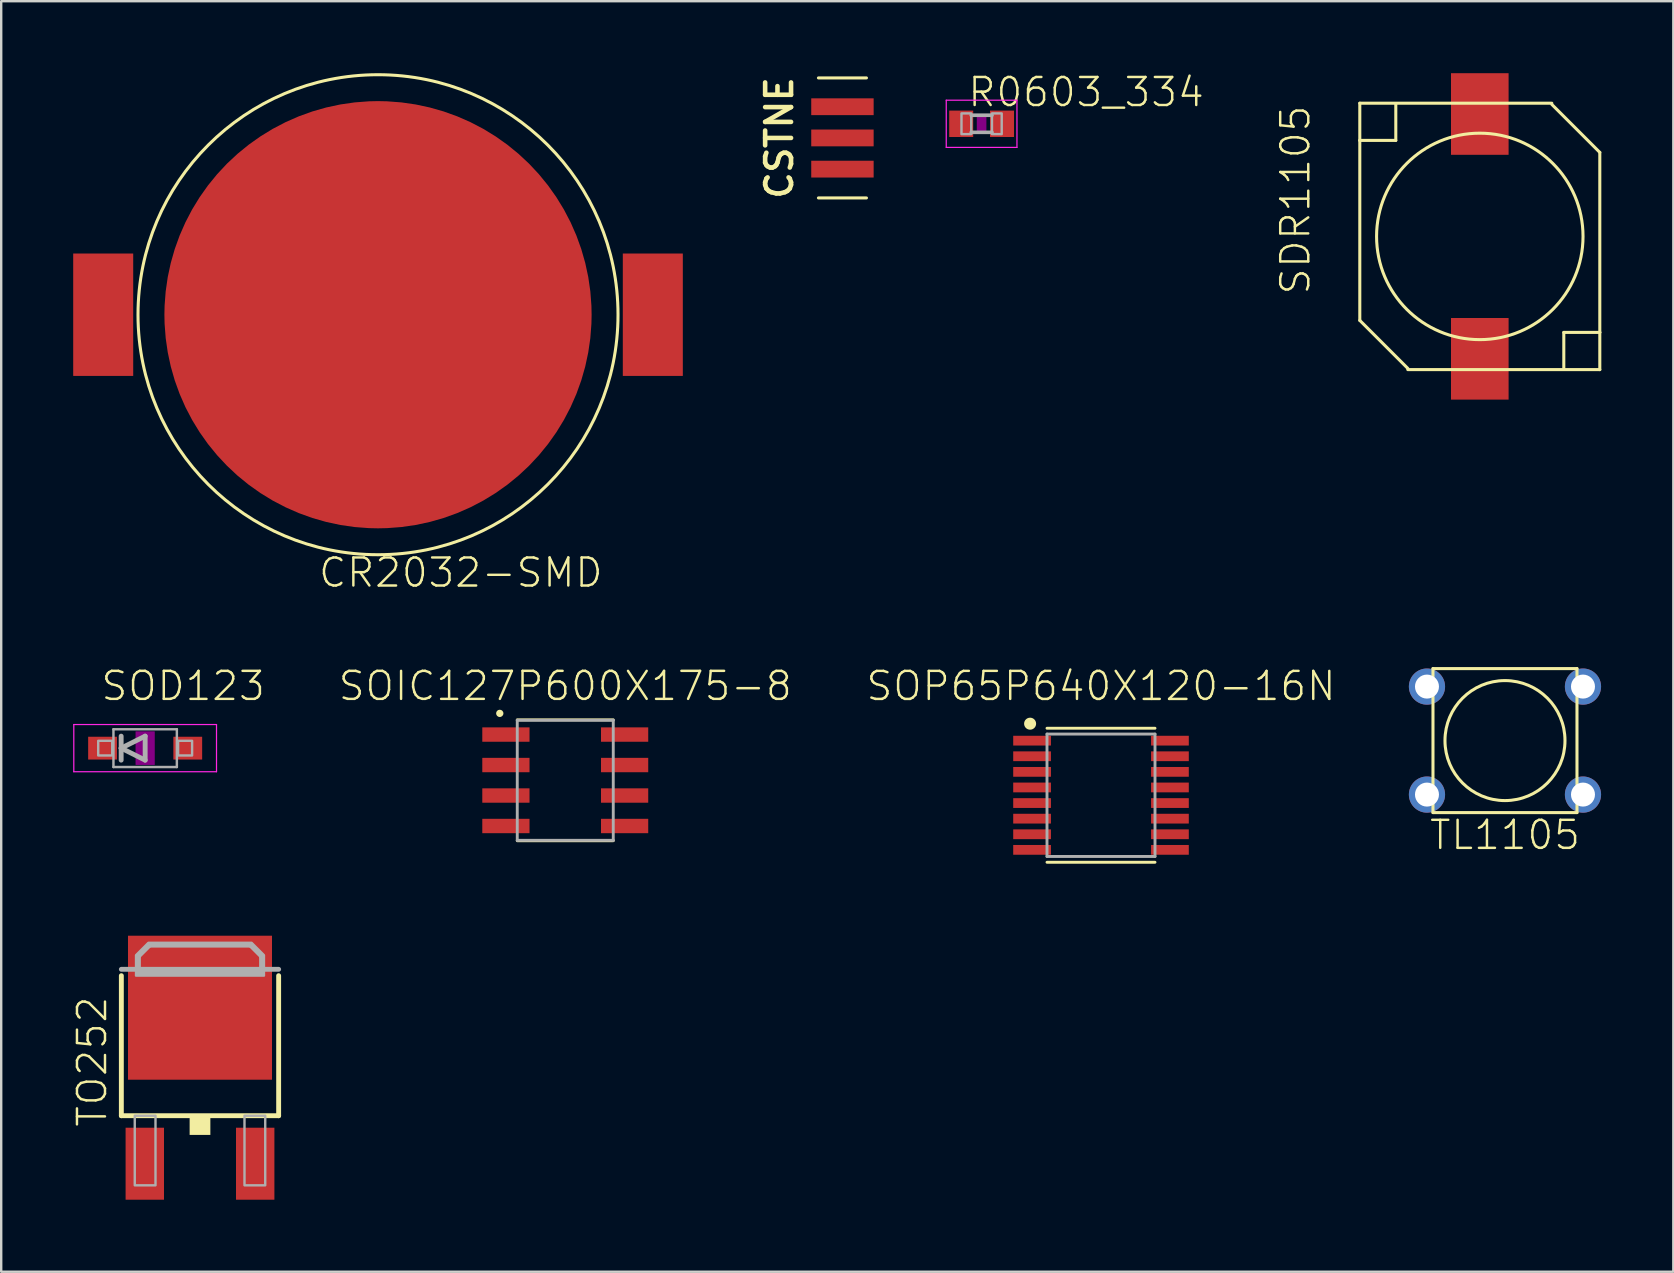
<source format=kicad_pcb>
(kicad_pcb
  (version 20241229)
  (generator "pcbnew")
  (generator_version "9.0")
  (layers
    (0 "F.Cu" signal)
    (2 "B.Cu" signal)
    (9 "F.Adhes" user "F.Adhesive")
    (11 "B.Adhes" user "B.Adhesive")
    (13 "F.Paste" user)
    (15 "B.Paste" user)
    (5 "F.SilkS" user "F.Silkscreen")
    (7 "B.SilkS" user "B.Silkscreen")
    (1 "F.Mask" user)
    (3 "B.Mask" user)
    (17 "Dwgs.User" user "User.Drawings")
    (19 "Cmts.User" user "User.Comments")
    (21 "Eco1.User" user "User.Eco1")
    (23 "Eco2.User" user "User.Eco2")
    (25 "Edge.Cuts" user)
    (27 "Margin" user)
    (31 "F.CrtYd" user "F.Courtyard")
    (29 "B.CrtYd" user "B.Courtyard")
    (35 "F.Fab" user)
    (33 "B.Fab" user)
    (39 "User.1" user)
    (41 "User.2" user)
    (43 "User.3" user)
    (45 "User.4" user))
  (footprint "SDR1105"
    (layer "F.Cu")
    (at 58.607 6.8)
    (property "Reference" "SDR1105" (at -7 2.5 90) (unlocked yes) (layer "F.SilkS") (effects (font (size 1.168 1.168) (thickness 0.102)) (justify left bottom)))
    (fp_line (start -5 -5.55) (end 3 -5.55) (stroke (width 0.127) (type solid)) (layer "F.SilkS"))
    (fp_line (start -5 -4) (end -5 -5.55) (stroke (width 0.127) (type solid)) (layer "F.SilkS"))
    (fp_line (start -5 -4) (end -3.5 -4) (stroke (width 0.127) (type solid)) (layer "F.SilkS"))
    (fp_line (start -5 3.5) (end -5 -4) (stroke (width 0.127) (type solid)) (layer "F.SilkS"))
    (fp_line (start -3.5 -4) (end -3.5 -5.5) (stroke (width 0.127) (type solid)) (layer "F.SilkS"))
    (fp_line (start -3 5.5) (end -5 3.5) (stroke (width 0.127) (type solid)) (layer "F.SilkS"))
    (fp_line (start 3 -5.5) (end 5 -3.5) (stroke (width 0.127) (type solid)) (layer "F.SilkS"))
    (fp_line (start 3.5 4) (end 3.5 5.5) (stroke (width 0.127) (type solid)) (layer "F.SilkS"))
    (fp_line (start 5 -3.5) (end 5 4) (stroke (width 0.127) (type solid)) (layer "F.SilkS"))
    (fp_line (start 5 4) (end 3.5 4) (stroke (width 0.127) (type solid)) (layer "F.SilkS"))
    (fp_line (start 5 4) (end 5 5.55) (stroke (width 0.127) (type solid)) (layer "F.SilkS"))
    (fp_line (start 5 5.55) (end -3 5.55) (stroke (width 0.127) (type solid)) (layer "F.SilkS"))
    (fp_circle (center 0 0) (end 4.301 0) (stroke (width 0.127) (type solid)) (fill no) (layer "F.SilkS"))
    (pad "P$1" smd rect (at 0 -5.1) (size 2.4 3.4) (layers "F.Cu" "F.Mask" "F.Paste"))
    (pad "P$2" smd rect (at 0 5.1) (size 2.4 3.4) (layers "F.Cu" "F.Mask" "F.Paste")))
  (footprint "CSTNE"
    (layer "F.Cu")
    (at 32.051 2.697)
    (property "Reference" "CSTNE" (at -2 0 90) (unlocked yes) (layer "F.SilkS") (effects (font (size 1.079 1.079) (thickness 0.191)) (justify bottom)))
    (fp_line (start -1 -2.5) (end 1 -2.5) (stroke (width 0.127) (type solid)) (layer "F.SilkS"))
    (fp_line (start -1 2.5) (end 1 2.5) (stroke (width 0.127) (type solid)) (layer "F.SilkS"))
    (pad "P$1" smd rect (at 0 -1.3) (size 2.6 0.7) (layers "F.Cu" "F.Mask" "F.Paste"))
    (pad "P$2" smd rect (at 0 0) (size 2.6 0.7) (layers "F.Cu" "F.Mask" "F.Paste"))
    (pad "P$3" smd rect (at 0 1.3) (size 2.6 0.7) (layers "F.Cu" "F.Mask" "F.Paste")))
  (footprint "SOD123"
    (layer "F.Cu")
    (at 2.998 28.122)
    (property "Reference" "SOD123" (at -1.905 -1.905 0) (unlocked yes) (layer "F.SilkS") (effects (font (size 1.168 1.168) (thickness 0.102)) (justify left bottom)))
    (fp_poly (pts (xy -0.4 0.7) (xy 0.4 0.7) (xy 0.4 -0.7) (xy -0.4 -0.7)) (stroke (width 0) (type default)) (fill yes) (layer "F.Adhes"))
    (fp_line (start -2.973 -0.983) (end 2.973 -0.983) (stroke (width 0.051) (type solid)) (layer "F.CrtYd"))
    (fp_line (start -2.973 0.983) (end -2.973 -0.983) (stroke (width 0.051) (type solid)) (layer "F.CrtYd"))
    (fp_line (start 2.973 -0.983) (end 2.973 0.983) (stroke (width 0.051) (type solid)) (layer "F.CrtYd"))
    (fp_line (start 2.973 0.983) (end -2.973 0.983) (stroke (width 0.051) (type solid)) (layer "F.CrtYd"))
    (fp_line (start -1.321 -0.787) (end 1.321 -0.787) (stroke (width 0.102) (type solid)) (layer "F.Fab"))
    (fp_line (start -1.321 0.787) (end -1.321 -0.787) (stroke (width 0.102) (type solid)) (layer "F.Fab"))
    (fp_line (start -1.321 0.787) (end 1.321 0.787) (stroke (width 0.102) (type solid)) (layer "F.Fab"))
    (fp_line (start -1 -0.5) (end -1 0) (stroke (width 0.203) (type solid)) (layer "F.Fab"))
    (fp_line (start -1 0) (end -1 0.5) (stroke (width 0.203) (type solid)) (layer "F.Fab"))
    (fp_line (start -1 0) (end 0 -0.5) (stroke (width 0.203) (type solid)) (layer "F.Fab"))
    (fp_line (start 0 -0.5) (end 0 0.5) (stroke (width 0.203) (type solid)) (layer "F.Fab"))
    (fp_line (start 0 0.5) (end -1 0) (stroke (width 0.203) (type solid)) (layer "F.Fab"))
    (fp_line (start 1.321 0.787) (end 1.321 -0.787) (stroke (width 0.102) (type solid)) (layer "F.Fab"))
    (fp_poly (pts (xy -1.956 0.305) (xy -1.372 0.305) (xy -1.372 -0.305) (xy -1.956 -0.305)) (stroke (width 0.1) (type default)) (fill no) (layer "F.Fab"))
    (fp_poly (pts (xy 1.372 0.305) (xy 1.956 0.305) (xy 1.956 -0.305) (xy 1.372 -0.305)) (stroke (width 0.1) (type default)) (fill no) (layer "F.Fab"))
    (pad "1" smd rect (at -1.775 0) (size 1.2 0.95) (layers "F.Cu" "F.Mask" "F.Paste"))
    (pad "2" smd rect (at 1.775 0) (size 1.2 0.95) (layers "F.Cu" "F.Mask" "F.Paste")))
  (footprint "TL1105"
    (layer "F.Cu")
    (at 56.406 30.057)
    (property "Reference" "TL1105" (at 3.25 1 0) (unlocked yes) (layer "F.SilkS") (effects (font (size 1.168 1.168) (thickness 0.102)) (justify top)))
    (fp_line (start 0.25 -5.25) (end 6.25 -5.25) (stroke (width 0.127) (type solid)) (layer "F.SilkS"))
    (fp_line (start 0.25 0.75) (end 0.25 -5.25) (stroke (width 0.127) (type solid)) (layer "F.SilkS"))
    (fp_line (start 6.25 -5.25) (end 6.25 0.75) (stroke (width 0.127) (type solid)) (layer "F.SilkS"))
    (fp_line (start 6.25 0.75) (end 0.25 0.75) (stroke (width 0.127) (type solid)) (layer "F.SilkS"))
    (fp_circle (center 3.25 -2.25) (end 5.75 -2.25) (stroke (width 0.127) (type solid)) (fill no) (layer "F.SilkS"))
    (pad "1" thru_hole circle (at 0 0) (size 1.508 1.508) (drill 1) (layers "*.Cu" "*.Mask"))
    (pad "2" thru_hole circle (at 6.5 0) (size 1.508 1.508) (drill 1) (layers "*.Cu" "*.Mask"))
    (pad "3" thru_hole circle (at 0 -4.5) (size 1.508 1.508) (drill 1) (layers "*.Cu" "*.Mask"))
    (pad "4" thru_hole circle (at 6.5 -4.5) (size 1.508 1.508) (drill 1) (layers "*.Cu" "*.Mask")))
  (footprint "CR2032-SMD"
    (layer "F.Cu")
    (at 12.7 10.063)
    (property "Reference" "CR2032-SMD" (at -2.54 11.43 0) (unlocked yes) (layer "F.SilkS") (effects (font (size 1.168 1.168) (thickness 0.102)) (justify left bottom)))
    (fp_circle (center 0 0) (end 10 0) (stroke (width 0.127) (type solid)) (fill no) (layer "F.SilkS"))
    (pad "NEG" smd roundrect (at 0 0) (size 17.8 17.8) (layers "F.Cu" "F.Mask" "F.Paste") (roundrect_rratio 0.5))
    (pad "POS@1" smd rect (at -11.45 0) (size 2.5 5.1) (layers "F.Cu" "F.Mask" "F.Paste"))
    (pad "POS@2" smd rect (at 11.45 0) (size 2.5 5.1) (layers "F.Cu" "F.Mask" "F.Paste")))
  (footprint "TO252"
    (layer "F.Cu")
    (at 5.283 40.437)
    (property "Reference" "TO252" (at -3.81 3.54 90) (unlocked yes) (layer "F.SilkS") (effects (font (size 1.168 1.168) (thickness 0.102)) (justify left bottom)))
    (fp_line (start -3.277 3) (end -3.277 -2.835) (stroke (width 0.203) (type solid)) (layer "F.SilkS"))
    (fp_line (start 3.277 -2.835) (end 3.277 3) (stroke (width 0.203) (type solid)) (layer "F.SilkS"))
    (fp_line (start 3.277 3) (end -3.277 3) (stroke (width 0.203) (type solid)) (layer "F.SilkS"))
    (fp_poly (pts (xy -0.432 3.8) (xy 0.432 3.8) (xy 0.432 3) (xy -0.432 3)) (stroke (width 0) (type default)) (fill yes) (layer "F.SilkS"))
    (fp_line (start -3.277 -3.1) (end 3.277 -3.1) (stroke (width 0.203) (type solid)) (layer "F.Fab"))
    (fp_line (start -2.565 -3.648) (end -2.108 -4.105) (stroke (width 0.203) (type solid)) (layer "F.Fab"))
    (fp_line (start -2.565 -2.937) (end -2.565 -3.648) (stroke (width 0.203) (type solid)) (layer "F.Fab"))
    (fp_line (start -2.108 -4.105) (end 2.108 -4.105) (stroke (width 0.203) (type solid)) (layer "F.Fab"))
    (fp_line (start 2.108 -4.105) (end 2.565 -3.648) (stroke (width 0.203) (type solid)) (layer "F.Fab"))
    (fp_line (start 2.565 -3.648) (end 2.565 -2.937) (stroke (width 0.203) (type solid)) (layer "F.Fab"))
    (fp_line (start 2.565 -2.937) (end -2.565 -2.937) (stroke (width 0.203) (type solid)) (layer "F.Fab"))
    (fp_poly (pts (xy -2.718 5.9) (xy -1.854 5.9) (xy -1.854 3) (xy -2.718 3)) (stroke (width 0.1) (type default)) (fill no) (layer "F.Fab"))
    (fp_poly (pts (xy 1.854 5.9) (xy 2.718 5.9) (xy 2.718 3) (xy 1.854 3)) (stroke (width 0.1) (type default)) (fill no) (layer "F.Fab"))
    (fp_poly (pts (xy 2.665 -3.69) (xy 2.665 -2.837) (xy -2.665 -2.837) (xy -2.665 -3.69) (xy -2.15 -4.205) (xy 2.15 -4.205)) (stroke (width 0.1) (type default)) (fill no) (layer "F.Fab"))
    (pad "1" smd rect (at -2.3 5) (size 1.6 3) (layers "F.Cu" "F.Mask" "F.Paste"))
    (pad "2" smd rect (at 2.3 5) (size 1.6 3) (layers "F.Cu" "F.Mask" "F.Paste"))
    (pad "3" smd rect (at 0 -1.5) (size 6 6) (layers "F.Cu" "F.Mask" "F.Paste")))
  (footprint "SOP65P640X120-16N"
    (layer "F.Cu")
    (at 42.824 30.085)
    (property "Reference" "SOP65P640X120-16N" (at 0 -3.867 0) (unlocked yes) (layer "F.SilkS") (effects (font (size 1.168 1.168) (thickness 0.102)) (justify bottom)))
    (fp_line (start -2.25 -2.792) (end 2.25 -2.792) (stroke (width 0.12) (type solid)) (layer "F.SilkS"))
    (fp_line (start -2.25 2.792) (end 2.25 2.792) (stroke (width 0.12) (type solid)) (layer "F.SilkS"))
    (fp_circle (center -2.954 -2.982) (end -2.829 -2.982) (stroke (width 0.25) (type solid)) (fill yes) (layer "F.SilkS"))
    (fp_line (start -2.25 -2.55) (end 2.25 -2.55) (stroke (width 0.12) (type solid)) (layer "F.Fab"))
    (fp_line (start -2.25 2.55) (end -2.25 -2.55) (stroke (width 0.12) (type solid)) (layer "F.Fab"))
    (fp_line (start 2.25 -2.55) (end 2.25 2.55) (stroke (width 0.12) (type solid)) (layer "F.Fab"))
    (fp_line (start 2.25 2.55) (end -2.25 2.55) (stroke (width 0.12) (type solid)) (layer "F.Fab"))
    (pad "AIN" smd rect (at -2.872 -0.975) (size 1.572 0.407) (layers "F.Cu" "F.Mask" "F.Paste"))
    (pad "AOUT" smd rect (at -2.872 -1.625) (size 1.572 0.407) (layers "F.Cu" "F.Mask" "F.Paste"))
    (pad "BIN" smd rect (at -2.872 0.325) (size 1.572 0.407) (layers "F.Cu" "F.Mask" "F.Paste"))
    (pad "BOUT" smd rect (at -2.872 -0.325) (size 1.572 0.407) (layers "F.Cu" "F.Mask" "F.Paste"))
    (pad "CIN" smd rect (at -2.872 1.625) (size 1.572 0.407) (layers "F.Cu" "F.Mask" "F.Paste"))
    (pad "COUT" smd rect (at -2.872 0.975) (size 1.572 0.407) (layers "F.Cu" "F.Mask" "F.Paste"))
    (pad "DIN" smd rect (at 2.872 2.275) (size 1.572 0.407) (layers "F.Cu" "F.Mask" "F.Paste"))
    (pad "DOUT" smd rect (at 2.872 1.625) (size 1.572 0.407) (layers "F.Cu" "F.Mask" "F.Paste"))
    (pad "EIN" smd rect (at 2.872 0.975) (size 1.572 0.407) (layers "F.Cu" "F.Mask" "F.Paste"))
    (pad "EOUT" smd rect (at 2.872 0.325) (size 1.572 0.407) (layers "F.Cu" "F.Mask" "F.Paste"))
    (pad "FIN" smd rect (at 2.872 -0.975) (size 1.572 0.407) (layers "F.Cu" "F.Mask" "F.Paste"))
    (pad "FOUT" smd rect (at 2.872 -1.625) (size 1.572 0.407) (layers "F.Cu" "F.Mask" "F.Paste"))
    (pad "SELECT" smd rect (at 2.872 -0.325) (size 1.572 0.407) (layers "F.Cu" "F.Mask" "F.Paste"))
    (pad "VCC" smd rect (at -2.872 -2.275) (size 1.572 0.407) (layers "F.Cu" "F.Mask" "F.Paste"))
    (pad "VDD" smd rect (at 2.872 -2.275) (size 1.572 0.407) (layers "F.Cu" "F.Mask" "F.Paste"))
    (pad "VSS" smd rect (at -2.872 2.275) (size 1.572 0.407) (layers "F.Cu" "F.Mask" "F.Paste")))
  (footprint "R0603_334"
    (layer "F.Cu")
    (at 37.849 2.108)
    (property "Reference" "R0603_334" (at -0.635 -0.635 0) (unlocked yes) (layer "F.SilkS") (effects (font (size 1.168 1.168) (thickness 0.102)) (justify left bottom)))
    (fp_poly (pts (xy -0.2 0.4) (xy 0.2 0.4) (xy 0.2 -0.4) (xy -0.2 -0.4)) (stroke (width 0) (type default)) (fill yes) (layer "F.Adhes"))
    (fp_line (start -1.473 -0.983) (end 1.473 -0.983) (stroke (width 0.051) (type solid)) (layer "F.CrtYd"))
    (fp_line (start -1.473 0.983) (end -1.473 -0.983) (stroke (width 0.051) (type solid)) (layer "F.CrtYd"))
    (fp_line (start 1.473 -0.983) (end 1.473 0.983) (stroke (width 0.051) (type solid)) (layer "F.CrtYd"))
    (fp_line (start 1.473 0.983) (end -1.473 0.983) (stroke (width 0.051) (type solid)) (layer "F.CrtYd"))
    (fp_line (start -0.432 0.356) (end 0.432 0.356) (stroke (width 0.152) (type solid)) (layer "F.Fab"))
    (fp_line (start 0.432 -0.356) (end -0.432 -0.356) (stroke (width 0.152) (type solid)) (layer "F.Fab"))
    (fp_poly (pts (xy -0.838 0.432) (xy -0.432 0.432) (xy -0.432 -0.432) (xy -0.838 -0.432)) (stroke (width 0.1) (type default)) (fill no) (layer "F.Fab"))
    (fp_poly (pts (xy 0.432 0.432) (xy 0.838 0.432) (xy 0.838 -0.432) (xy 0.432 -0.432)) (stroke (width 0.1) (type default)) (fill no) (layer "F.Fab"))
    (pad "1" smd rect (at -0.85 0) (size 1 1.1) (layers "F.Cu" "F.Mask" "F.Paste"))
    (pad "2" smd rect (at 0.85 0) (size 1 1.1) (layers "F.Cu" "F.Mask" "F.Paste")))
  (footprint "SOIC127P600X175-8"
    (layer "F.Cu")
    (at 20.502 29.461)
    (property "Reference" "SOIC127P600X175-8" (at 0 -3.244 0) (unlocked yes) (layer "F.SilkS") (effects (font (size 1.168 1.168) (thickness 0.102)) (justify bottom)))
    (fp_line (start -2 -2.519) (end 2 -2.519) (stroke (width 0.12) (type solid)) (layer "F.SilkS"))
    (fp_line (start -2 2.519) (end 2 2.519) (stroke (width 0.12) (type solid)) (layer "F.SilkS"))
    (fp_circle (center -2.729 -2.788) (end -2.653 -2.788) (stroke (width 0.152) (type solid)) (fill yes) (layer "F.SilkS"))
    (fp_line (start -2 -2.5) (end 2 -2.5) (stroke (width 0.12) (type solid)) (layer "F.Fab"))
    (fp_line (start -2 2.5) (end -2 -2.5) (stroke (width 0.12) (type solid)) (layer "F.Fab"))
    (fp_line (start 2 -2.5) (end 2 2.5) (stroke (width 0.12) (type solid)) (layer "F.Fab"))
    (fp_line (start 2 2.5) (end -2 2.5) (stroke (width 0.12) (type solid)) (layer "F.Fab"))
    (pad "CII" smd rect (at 2.473 1.905) (size 1.968 0.599) (layers "F.Cu" "F.Mask" "F.Paste"))
    (pad "DC" smd rect (at 2.473 -1.905) (size 1.968 0.599) (layers "F.Cu" "F.Mask" "F.Paste"))
    (pad "GND" smd rect (at -2.473 1.905) (size 1.968 0.599) (layers "F.Cu" "F.Mask" "F.Paste"))
    (pad "IPK" smd rect (at 2.473 -0.635) (size 1.968 0.599) (layers "F.Cu" "F.Mask" "F.Paste"))
    (pad "SC" smd rect (at -2.473 -1.905) (size 1.968 0.599) (layers "F.Cu" "F.Mask" "F.Paste"))
    (pad "SE" smd rect (at -2.473 -0.635) (size 1.968 0.599) (layers "F.Cu" "F.Mask" "F.Paste"))
    (pad "TC" smd rect (at -2.473 0.635) (size 1.968 0.599) (layers "F.Cu" "F.Mask" "F.Paste"))
    (pad "VCC" smd rect (at 2.473 0.635) (size 1.968 0.599) (layers "F.Cu" "F.Mask" "F.Paste")))
  (gr_rect
    (start -3 -3)
    (end 66.67 49.937)
    (stroke (width 0.1) (type default))
    (fill no)
    (layer "Edge.Cuts")))
</source>
